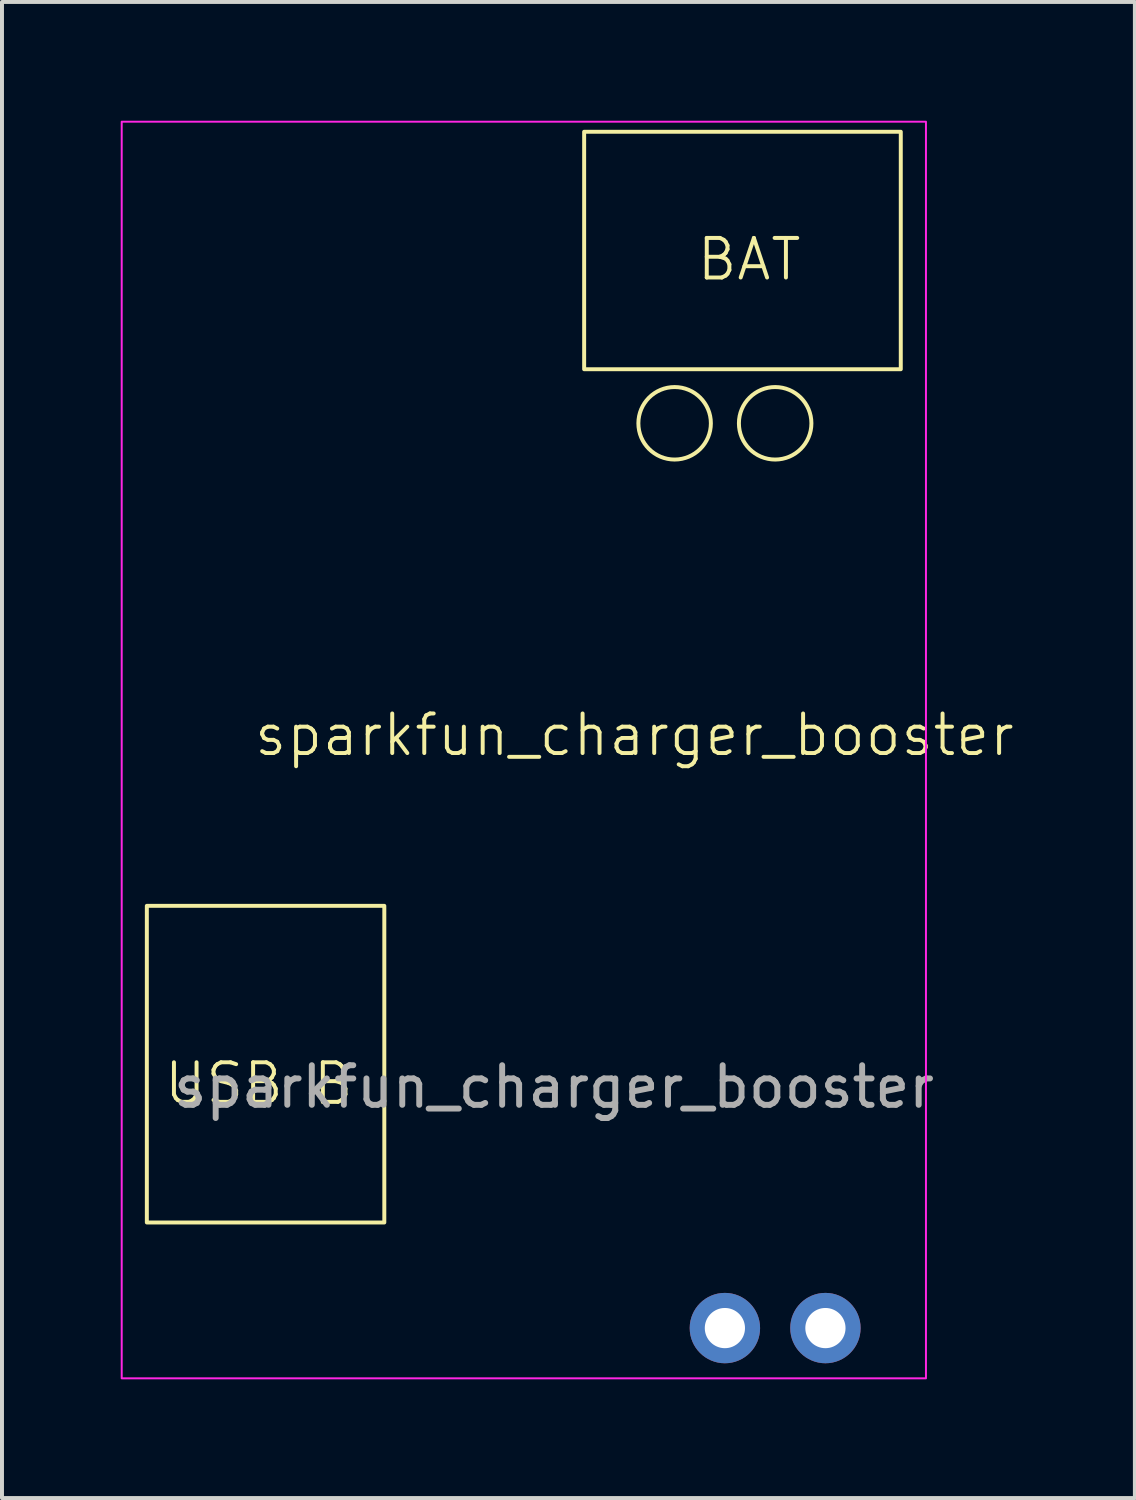
<source format=kicad_pcb>
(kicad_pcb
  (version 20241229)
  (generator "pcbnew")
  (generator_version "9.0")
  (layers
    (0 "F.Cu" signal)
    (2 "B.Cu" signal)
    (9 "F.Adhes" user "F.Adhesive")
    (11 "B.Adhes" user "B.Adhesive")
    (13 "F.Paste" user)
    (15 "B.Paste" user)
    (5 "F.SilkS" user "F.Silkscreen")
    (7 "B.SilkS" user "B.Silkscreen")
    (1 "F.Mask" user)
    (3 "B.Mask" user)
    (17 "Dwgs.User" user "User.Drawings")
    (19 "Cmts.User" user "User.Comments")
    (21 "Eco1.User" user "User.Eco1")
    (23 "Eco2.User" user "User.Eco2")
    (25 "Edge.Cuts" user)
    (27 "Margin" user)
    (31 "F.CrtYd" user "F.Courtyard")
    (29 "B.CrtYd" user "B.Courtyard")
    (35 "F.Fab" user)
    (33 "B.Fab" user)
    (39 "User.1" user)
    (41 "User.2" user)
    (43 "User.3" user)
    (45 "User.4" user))
  (footprint "sparkfun_charger_booster"
    (layer "F.Cu")
    (at 7.645 20.345)
    (property "Reference" "sparkfun_charger_booster" (at 5.334 -4.826 0) (unlocked yes) (layer "F.SilkS") (effects (font (size 1 1) (thickness 0.1))))
    (attr through_hole)
    (fp_rect (start -6.985 -0.508) (end -0.985 7.492) (stroke (width 0.1) (type default)) (fill no) (layer "F.SilkS"))
    (fp_rect (start 4.064 -20.066) (end 12.064 -14.066) (stroke (width 0.1) (type default)) (fill no) (layer "F.SilkS"))
    (fp_circle (center 6.35 -12.7) (end 7.112 -13.208) (stroke (width 0.1) (type default)) (fill no) (layer "F.SilkS"))
    (fp_circle (center 8.89 -12.7) (end 9.652 -13.208) (stroke (width 0.1) (type default)) (fill no) (layer "F.SilkS"))
    (fp_rect (start -7.62 -20.32) (end 12.7 11.43) (stroke (width 0.05) (type default)) (fill no) (layer "F.CrtYd"))
    (fp_text user "BAT" (at 6.858 -16.256 0) (unlocked yes) (layer "F.SilkS") (effects (font (size 1 1) (thickness 0.1)) (justify left bottom)))
    (fp_text user "USB B" (at -6.604 4.572 0) (unlocked yes) (layer "F.SilkS") (effects (font (size 1 1) (thickness 0.1)) (justify left bottom)))
    (fp_text user "${REFERENCE}" (at 3.302 4.064 0) (unlocked yes) (layer "F.Fab") (effects (font (size 1 1) (thickness 0.15))))
    (pad "1" thru_hole circle (at 7.62 10.16) (size 1.778 1.778) (drill 1.016) (layers "*.Cu" "*.Mask"))
    (pad "2" thru_hole circle (at 10.16 10.16) (size 1.778 1.778) (drill 1.016) (layers "*.Cu" "*.Mask")))
  (gr_rect
    (start -3 -3)
    (end 25.624 34.8)
    (stroke (width 0.1) (type default))
    (fill no)
    (layer "Edge.Cuts")))
</source>
